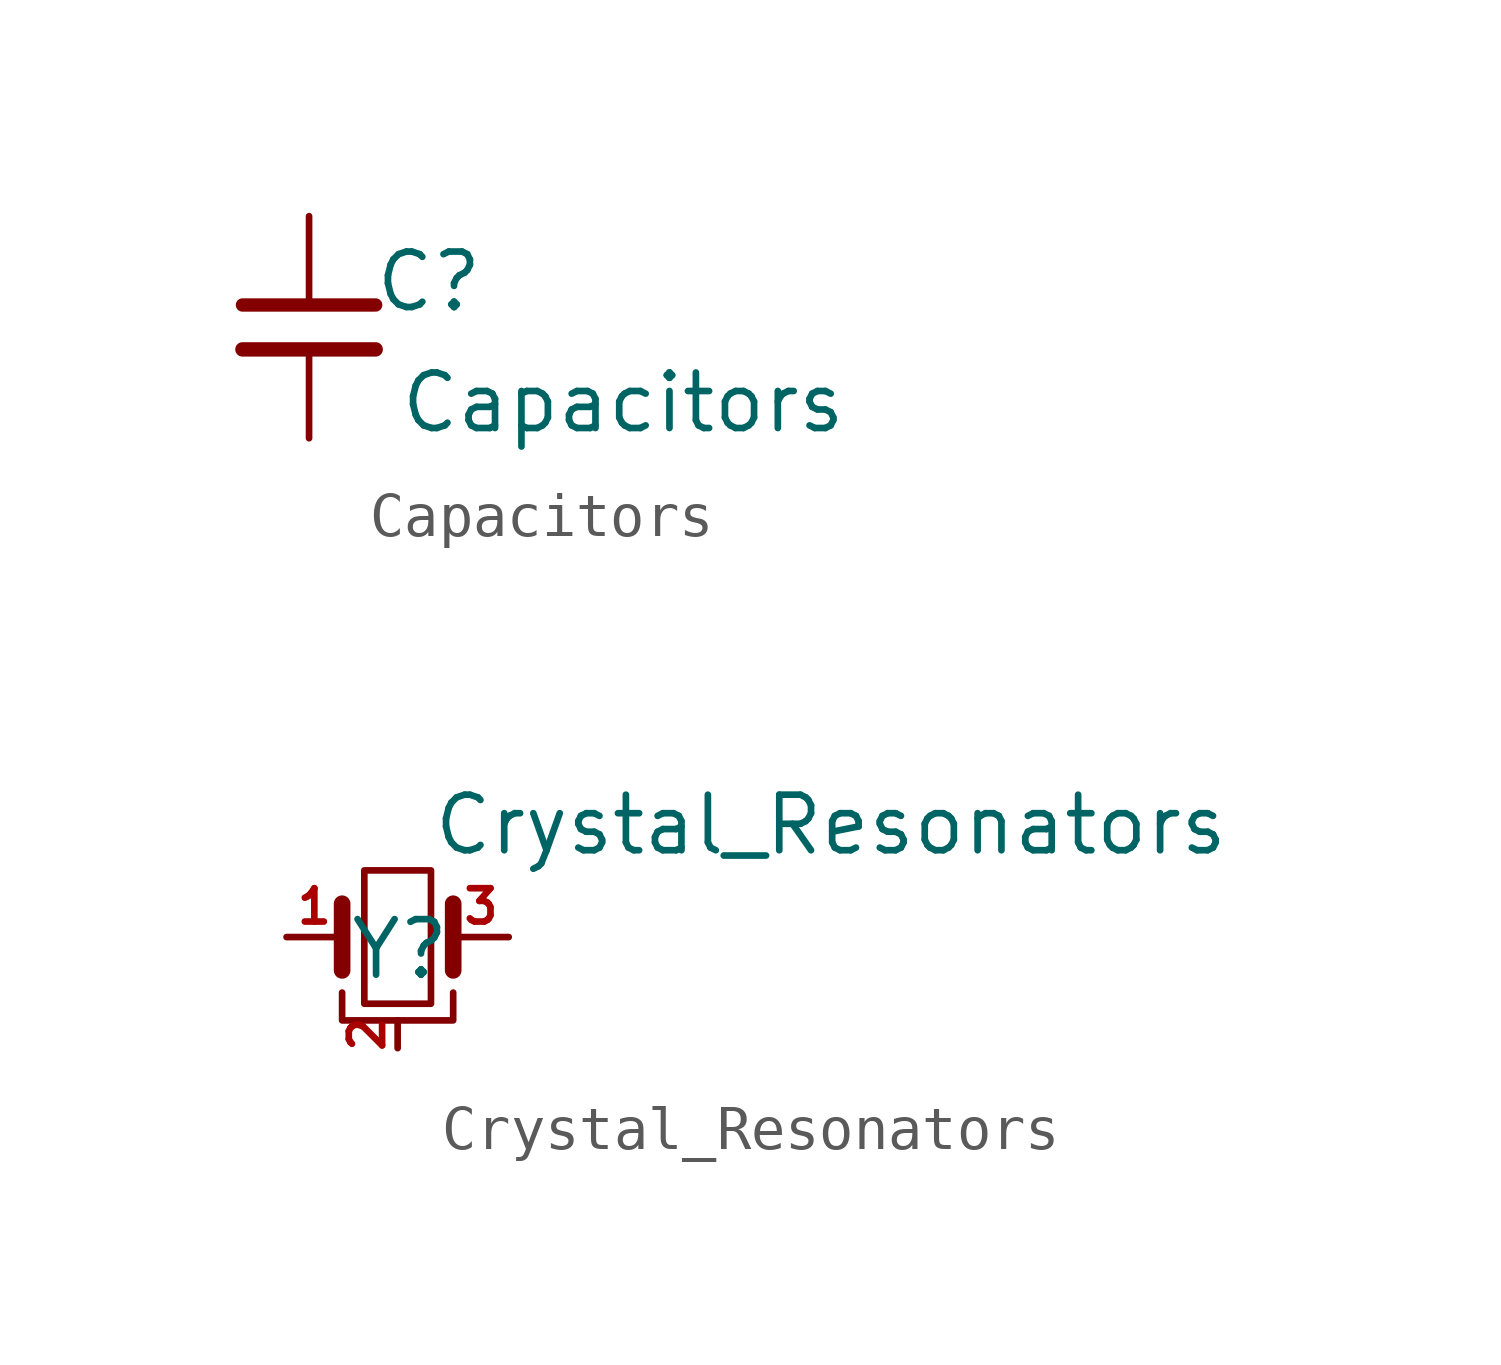
<source format=kicad_sym>
(kicad_symbol_lib
  (version 20211014)
  (generator kicad_symbol_editor)
  (symbol "Capacitors"
    (property "Reference" "C"
      (at 2.718 0.914 0)
      (effects (font (size 1.27 1.27))))
    (property "Value" "Capacitors"
      (at 7.163 -1.854 0)
      (effects (font (size 1.27 1.27))))
    (symbol "Capacitors_0_1"
      (polyline (pts (xy -1.549 -0.635) (xy 1.499 -0.635)) (stroke (width 0.33) (type default) (color 0 0 0 0)) (fill (type none)))
      (polyline (pts (xy -1.549 0.381) (xy 1.499 0.381)) (stroke (width 0.305) (type default) (color 0 0 0 0)) (fill (type none))))
    (symbol "Capacitors_1_1"
      (pin passive line (at -0.025 -2.667 90) (length 2.032) (name "" (effects (font (size 1.27 1.27)))) (number "" (effects (font (size 1.27 1.27)))))
      (pin passive line (at -0.025 2.413 270) (length 2.032) (name "~" (effects (font (size 1.27 1.27)))) (number "" (effects (font (size 1.27 1.27)))))))
  (symbol "Crystal_Resonators"
    (property "Reference" "Y"
      (at 0.076 -0.229 0)
      (effects (font (size 1.27 1.27))))
    (property "Value" "Crystal_Resonators"
      (at 9.931 2.616 0)
      (effects (font (size 1.27 1.27))))
    (symbol "Crystal_Resonators_0_1"
      (rectangle (start -0.737 -1.473) (end 0.787 1.575) (stroke (width 0) (type default) (color 0 0 0 0)) (fill (type none)))
      (polyline (pts (xy -1.245 -0.711) (xy -1.245 0.813)) (stroke (width 0.381) (type default) (color 0 0 0 0)) (fill (type none)))
      (polyline (pts (xy 1.295 -0.711) (xy 1.295 0.813)) (stroke (width 0.381) (type default) (color 0 0 0 0)) (fill (type none)))
      (polyline (pts (xy -1.245 -1.219) (xy -1.245 -1.854) (xy 1.295 -1.854) (xy 1.295 -1.219)) (stroke (width 0) (type default) (color 0 0 0 0)) (fill (type none))))
    (symbol "Crystal_Resonators_1_1"
      (pin passive line (at -2.515 0.051 0) (length 1.27) (name "" (effects (font (size 1.27 1.27)))) (number "1" (effects (font (size 0.762 0.762)))))
      (pin passive line (at 0.025 -2.489 90) (length 0.635) (name "" (effects (font (size 1.27 1.27)))) (number "2" (effects (font (size 0.762 0.762)))))
      (pin passive line (at 2.565 0.051 180) (length 1.27) (name "" (effects (font (size 1.27 1.27)))) (number "3" (effects (font (size 0.762 0.762))))))))
</source>
